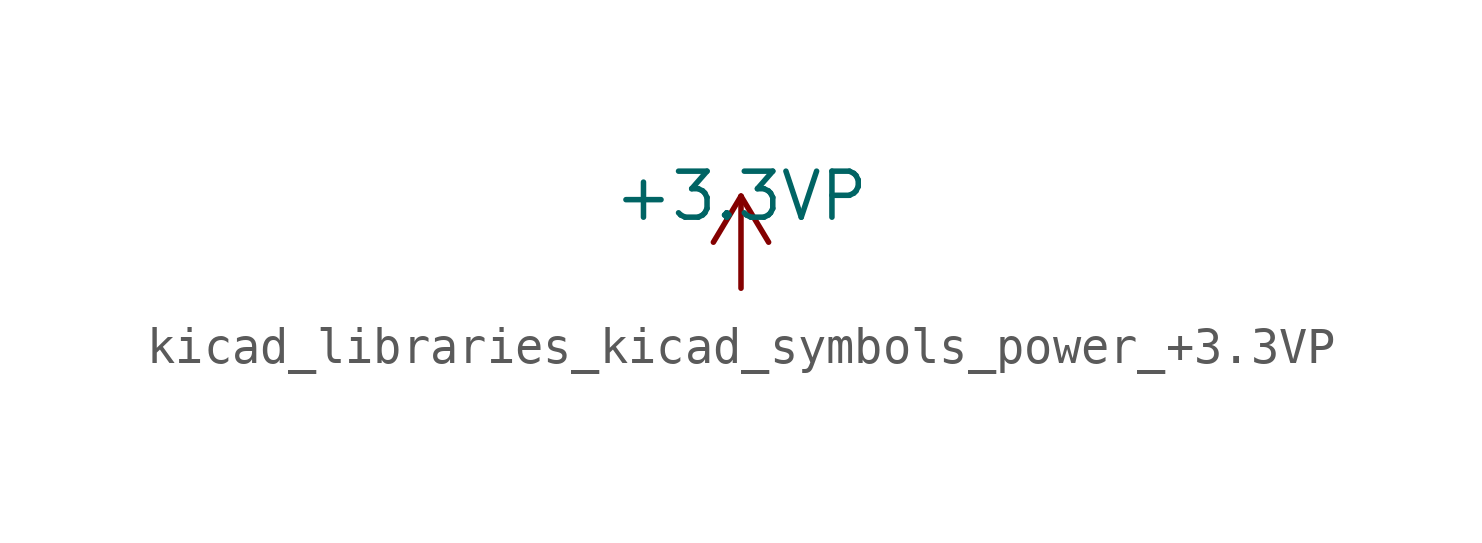
<source format=kicad_sym>
(kicad_symbol_lib
  (version 20220914)
  (generator kicad_symbol_editor)
  (symbol "kicad_libraries_kicad_symbols_power_+3.3VP"
    (power)
    (pin_names
      (offset 0))
    (property "Reference" "#PWR"
      (at 3.81 -1.27 0)
      (effects (font (size 1.27 1.27)) hide))
    (property "Value" "+3.3VP"
      (at 0 2.54 0)
      (effects (font (size 1.27 1.27))))
    (symbol "kicad_libraries_kicad_symbols_power_+3.3VP_0_0"
      (pin power_in line (at 0 0 90) (length 0) hide (name "+3.3VP" (effects (font (size 1.27 1.27)))) (number "1" (effects (font (size 1.27 1.27))))))
    (symbol "kicad_libraries_kicad_symbols_power_+3.3VP_0_1"
      (polyline (pts (xy -0.762 1.27) (xy 0 2.54)) (stroke (width 0) (type default)) (fill (type none)))
      (polyline (pts (xy 0 0) (xy 0 2.54)) (stroke (width 0) (type default)) (fill (type none)))
      (polyline (pts (xy 0 2.54) (xy 0.762 1.27)) (stroke (width 0) (type default)) (fill (type none))))))
</source>
